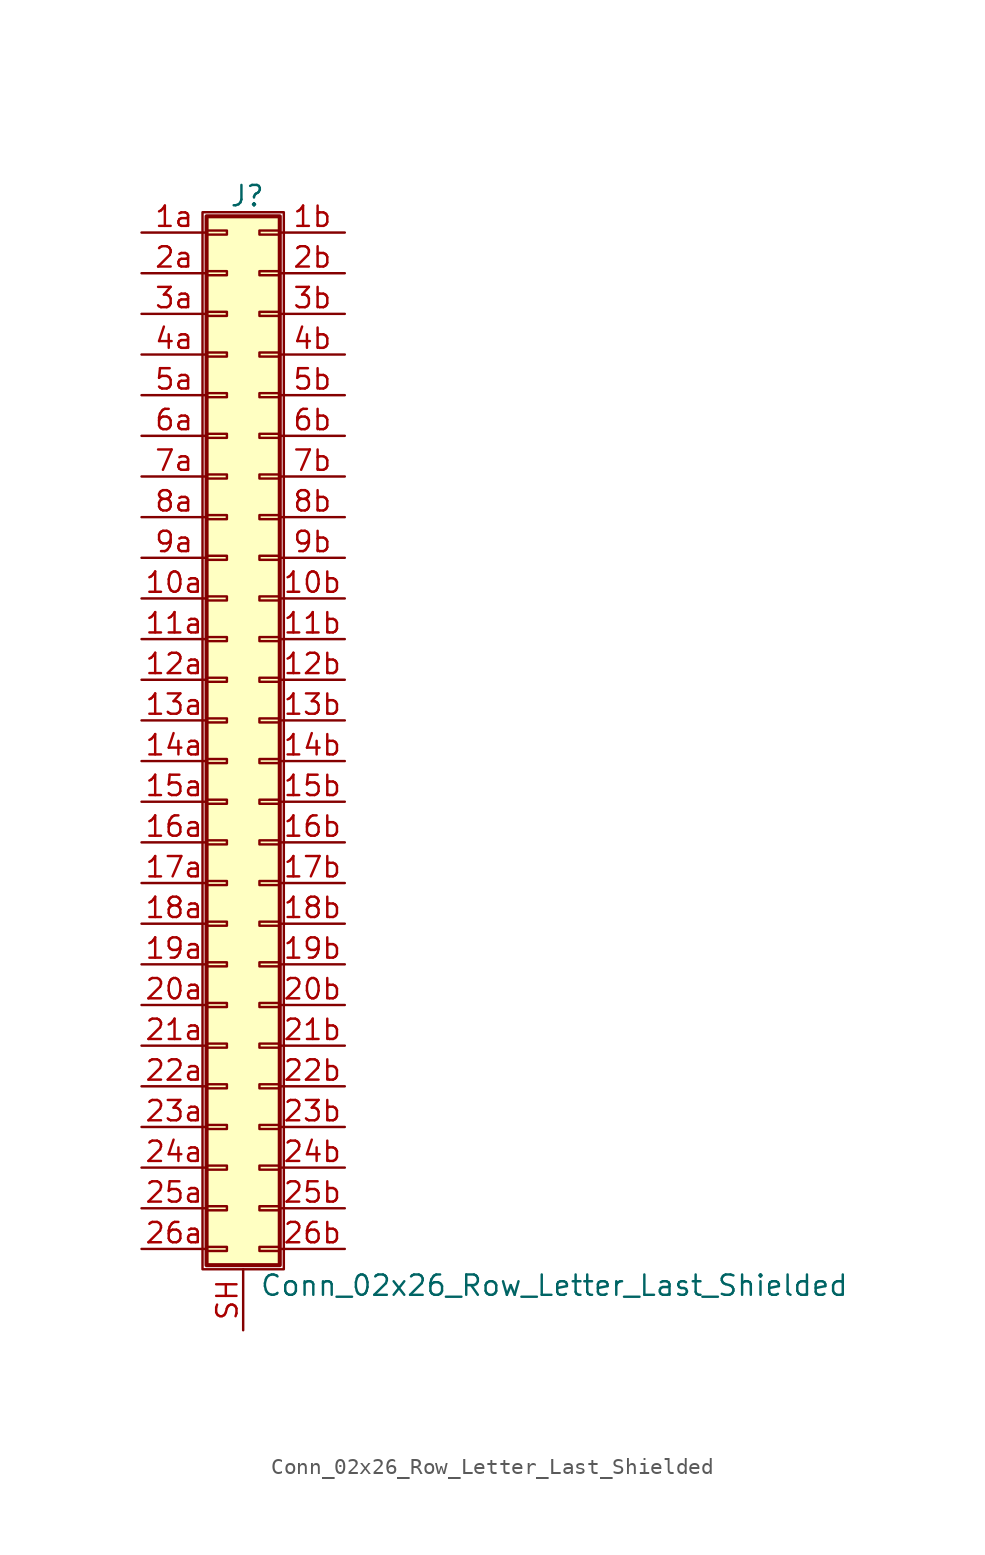
<source format=kicad_sym>
(kicad_symbol_lib
  (version 20201005)
  (generator kicad_symbol_editor)
  (symbol "Conn_02x26_Row_Letter_Last_Shielded"
    (pin_names
      (offset 1.016) hide)
    (property "Reference" "J"
      (at 1.524 32.766 0)
      (effects (font (size 1.27 1.27))))
    (property "Value" "Conn_02x26_Row_Letter_Last_Shielded"
      (at 2.286 -35.306 0)
      (effects (font (size 1.27 1.27)) (justify left)))
    (symbol "Conn_02x26_Row_Letter_Last_Shielded_1_1"
      (rectangle (start -1.27 31.75) (end 3.81 -34.29) (stroke (width 0.152)) (fill (type none)))
      (rectangle (start -1.016 -32.893) (end 0.254 -33.147) (stroke (width 0.152)) (fill (type none)))
      (rectangle (start -1.016 -30.353) (end 0.254 -30.607) (stroke (width 0.152)) (fill (type none)))
      (rectangle (start -1.016 -27.813) (end 0.254 -28.067) (stroke (width 0.152)) (fill (type none)))
      (rectangle (start -1.016 -25.273) (end 0.254 -25.527) (stroke (width 0.152)) (fill (type none)))
      (rectangle (start -1.016 -22.733) (end 0.254 -22.987) (stroke (width 0.152)) (fill (type none)))
      (rectangle (start -1.016 -20.193) (end 0.254 -20.447) (stroke (width 0.152)) (fill (type none)))
      (rectangle (start -1.016 -17.653) (end 0.254 -17.907) (stroke (width 0.152)) (fill (type none)))
      (rectangle (start -1.016 -15.113) (end 0.254 -15.367) (stroke (width 0.152)) (fill (type none)))
      (rectangle (start -1.016 -12.573) (end 0.254 -12.827) (stroke (width 0.152)) (fill (type none)))
      (rectangle (start -1.016 -10.033) (end 0.254 -10.287) (stroke (width 0.152)) (fill (type none)))
      (rectangle (start -1.016 -7.493) (end 0.254 -7.747) (stroke (width 0.152)) (fill (type none)))
      (rectangle (start -1.016 -4.953) (end 0.254 -5.207) (stroke (width 0.152)) (fill (type none)))
      (rectangle (start -1.016 -2.413) (end 0.254 -2.667) (stroke (width 0.152)) (fill (type none)))
      (rectangle (start -1.016 0.127) (end 0.254 -0.127) (stroke (width 0.152)) (fill (type none)))
      (rectangle (start -1.016 2.667) (end 0.254 2.413) (stroke (width 0.152)) (fill (type none)))
      (rectangle (start -1.016 5.207) (end 0.254 4.953) (stroke (width 0.152)) (fill (type none)))
      (rectangle (start -1.016 7.747) (end 0.254 7.493) (stroke (width 0.152)) (fill (type none)))
      (rectangle (start -1.016 10.287) (end 0.254 10.033) (stroke (width 0.152)) (fill (type none)))
      (rectangle (start -1.016 12.827) (end 0.254 12.573) (stroke (width 0.152)) (fill (type none)))
      (rectangle (start -1.016 15.367) (end 0.254 15.113) (stroke (width 0.152)) (fill (type none)))
      (rectangle (start -1.016 17.907) (end 0.254 17.653) (stroke (width 0.152)) (fill (type none)))
      (rectangle (start -1.016 20.447) (end 0.254 20.193) (stroke (width 0.152)) (fill (type none)))
      (rectangle (start -1.016 22.987) (end 0.254 22.733) (stroke (width 0.152)) (fill (type none)))
      (rectangle (start -1.016 25.527) (end 0.254 25.273) (stroke (width 0.152)) (fill (type none)))
      (rectangle (start -1.016 28.067) (end 0.254 27.813) (stroke (width 0.152)) (fill (type none)))
      (rectangle (start -1.016 30.607) (end 0.254 30.353) (stroke (width 0.152)) (fill (type none)))
      (rectangle (start -1.016 31.496) (end 3.556 -34.036) (stroke (width 0.254)) (fill (type background)))
      (rectangle (start 3.556 -32.893) (end 2.286 -33.147) (stroke (width 0.152)) (fill (type none)))
      (rectangle (start 3.556 -30.353) (end 2.286 -30.607) (stroke (width 0.152)) (fill (type none)))
      (rectangle (start 3.556 -27.813) (end 2.286 -28.067) (stroke (width 0.152)) (fill (type none)))
      (rectangle (start 3.556 -25.273) (end 2.286 -25.527) (stroke (width 0.152)) (fill (type none)))
      (rectangle (start 3.556 -22.733) (end 2.286 -22.987) (stroke (width 0.152)) (fill (type none)))
      (rectangle (start 3.556 -20.193) (end 2.286 -20.447) (stroke (width 0.152)) (fill (type none)))
      (rectangle (start 3.556 -17.653) (end 2.286 -17.907) (stroke (width 0.152)) (fill (type none)))
      (rectangle (start 3.556 -15.113) (end 2.286 -15.367) (stroke (width 0.152)) (fill (type none)))
      (rectangle (start 3.556 -12.573) (end 2.286 -12.827) (stroke (width 0.152)) (fill (type none)))
      (rectangle (start 3.556 -10.033) (end 2.286 -10.287) (stroke (width 0.152)) (fill (type none)))
      (rectangle (start 3.556 -7.493) (end 2.286 -7.747) (stroke (width 0.152)) (fill (type none)))
      (rectangle (start 3.556 -4.953) (end 2.286 -5.207) (stroke (width 0.152)) (fill (type none)))
      (rectangle (start 3.556 -2.413) (end 2.286 -2.667) (stroke (width 0.152)) (fill (type none)))
      (rectangle (start 3.556 0.127) (end 2.286 -0.127) (stroke (width 0.152)) (fill (type none)))
      (rectangle (start 3.556 2.667) (end 2.286 2.413) (stroke (width 0.152)) (fill (type none)))
      (rectangle (start 3.556 5.207) (end 2.286 4.953) (stroke (width 0.152)) (fill (type none)))
      (rectangle (start 3.556 7.747) (end 2.286 7.493) (stroke (width 0.152)) (fill (type none)))
      (rectangle (start 3.556 10.287) (end 2.286 10.033) (stroke (width 0.152)) (fill (type none)))
      (rectangle (start 3.556 12.827) (end 2.286 12.573) (stroke (width 0.152)) (fill (type none)))
      (rectangle (start 3.556 15.367) (end 2.286 15.113) (stroke (width 0.152)) (fill (type none)))
      (rectangle (start 3.556 17.907) (end 2.286 17.653) (stroke (width 0.152)) (fill (type none)))
      (rectangle (start 3.556 20.447) (end 2.286 20.193) (stroke (width 0.152)) (fill (type none)))
      (rectangle (start 3.556 22.987) (end 2.286 22.733) (stroke (width 0.152)) (fill (type none)))
      (rectangle (start 3.556 25.527) (end 2.286 25.273) (stroke (width 0.152)) (fill (type none)))
      (rectangle (start 3.556 28.067) (end 2.286 27.813) (stroke (width 0.152)) (fill (type none)))
      (rectangle (start 3.556 30.607) (end 2.286 30.353) (stroke (width 0.152)) (fill (type none)))
      (pin passive line (at -5.08 7.62 0) (length 4.064) (name "Pin_10a" (effects (font (size 1.27 1.27)))) (number "10a" (effects (font (size 1.27 1.27)))))
      (pin passive line (at 7.62 7.62 180) (length 4.064) (name "Pin_10b" (effects (font (size 1.27 1.27)))) (number "10b" (effects (font (size 1.27 1.27)))))
      (pin passive line (at -5.08 5.08 0) (length 4.064) (name "Pin_11a" (effects (font (size 1.27 1.27)))) (number "11a" (effects (font (size 1.27 1.27)))))
      (pin passive line (at 7.62 5.08 180) (length 4.064) (name "Pin_11b" (effects (font (size 1.27 1.27)))) (number "11b" (effects (font (size 1.27 1.27)))))
      (pin passive line (at -5.08 2.54 0) (length 4.064) (name "Pin_12a" (effects (font (size 1.27 1.27)))) (number "12a" (effects (font (size 1.27 1.27)))))
      (pin passive line (at 7.62 2.54 180) (length 4.064) (name "Pin_12b" (effects (font (size 1.27 1.27)))) (number "12b" (effects (font (size 1.27 1.27)))))
      (pin passive line (at -5.08 0 0) (length 4.064) (name "Pin_13a" (effects (font (size 1.27 1.27)))) (number "13a" (effects (font (size 1.27 1.27)))))
      (pin passive line (at 7.62 0 180) (length 4.064) (name "Pin_13b" (effects (font (size 1.27 1.27)))) (number "13b" (effects (font (size 1.27 1.27)))))
      (pin passive line (at -5.08 -2.54 0) (length 4.064) (name "Pin_14a" (effects (font (size 1.27 1.27)))) (number "14a" (effects (font (size 1.27 1.27)))))
      (pin passive line (at 7.62 -2.54 180) (length 4.064) (name "Pin_14b" (effects (font (size 1.27 1.27)))) (number "14b" (effects (font (size 1.27 1.27)))))
      (pin passive line (at -5.08 -5.08 0) (length 4.064) (name "Pin_15a" (effects (font (size 1.27 1.27)))) (number "15a" (effects (font (size 1.27 1.27)))))
      (pin passive line (at 7.62 -5.08 180) (length 4.064) (name "Pin_15b" (effects (font (size 1.27 1.27)))) (number "15b" (effects (font (size 1.27 1.27)))))
      (pin passive line (at -5.08 -7.62 0) (length 4.064) (name "Pin_16a" (effects (font (size 1.27 1.27)))) (number "16a" (effects (font (size 1.27 1.27)))))
      (pin passive line (at 7.62 -7.62 180) (length 4.064) (name "Pin_16b" (effects (font (size 1.27 1.27)))) (number "16b" (effects (font (size 1.27 1.27)))))
      (pin passive line (at -5.08 -10.16 0) (length 4.064) (name "Pin_17a" (effects (font (size 1.27 1.27)))) (number "17a" (effects (font (size 1.27 1.27)))))
      (pin passive line (at 7.62 -10.16 180) (length 4.064) (name "Pin_17b" (effects (font (size 1.27 1.27)))) (number "17b" (effects (font (size 1.27 1.27)))))
      (pin passive line (at -5.08 -12.7 0) (length 4.064) (name "Pin_18a" (effects (font (size 1.27 1.27)))) (number "18a" (effects (font (size 1.27 1.27)))))
      (pin passive line (at 7.62 -12.7 180) (length 4.064) (name "Pin_18b" (effects (font (size 1.27 1.27)))) (number "18b" (effects (font (size 1.27 1.27)))))
      (pin passive line (at -5.08 -15.24 0) (length 4.064) (name "Pin_19a" (effects (font (size 1.27 1.27)))) (number "19a" (effects (font (size 1.27 1.27)))))
      (pin passive line (at 7.62 -15.24 180) (length 4.064) (name "Pin_19b" (effects (font (size 1.27 1.27)))) (number "19b" (effects (font (size 1.27 1.27)))))
      (pin passive line (at -5.08 30.48 0) (length 4.064) (name "Pin_1a" (effects (font (size 1.27 1.27)))) (number "1a" (effects (font (size 1.27 1.27)))))
      (pin passive line (at 7.62 30.48 180) (length 4.064) (name "Pin_1b" (effects (font (size 1.27 1.27)))) (number "1b" (effects (font (size 1.27 1.27)))))
      (pin passive line (at -5.08 -17.78 0) (length 4.064) (name "Pin_20a" (effects (font (size 1.27 1.27)))) (number "20a" (effects (font (size 1.27 1.27)))))
      (pin passive line (at 7.62 -17.78 180) (length 4.064) (name "Pin_20b" (effects (font (size 1.27 1.27)))) (number "20b" (effects (font (size 1.27 1.27)))))
      (pin passive line (at -5.08 -20.32 0) (length 4.064) (name "Pin_21a" (effects (font (size 1.27 1.27)))) (number "21a" (effects (font (size 1.27 1.27)))))
      (pin passive line (at 7.62 -20.32 180) (length 4.064) (name "Pin_21b" (effects (font (size 1.27 1.27)))) (number "21b" (effects (font (size 1.27 1.27)))))
      (pin passive line (at -5.08 -22.86 0) (length 4.064) (name "Pin_22a" (effects (font (size 1.27 1.27)))) (number "22a" (effects (font (size 1.27 1.27)))))
      (pin passive line (at 7.62 -22.86 180) (length 4.064) (name "Pin_22b" (effects (font (size 1.27 1.27)))) (number "22b" (effects (font (size 1.27 1.27)))))
      (pin passive line (at -5.08 -25.4 0) (length 4.064) (name "Pin_23a" (effects (font (size 1.27 1.27)))) (number "23a" (effects (font (size 1.27 1.27)))))
      (pin passive line (at 7.62 -25.4 180) (length 4.064) (name "Pin_23b" (effects (font (size 1.27 1.27)))) (number "23b" (effects (font (size 1.27 1.27)))))
      (pin passive line (at -5.08 -27.94 0) (length 4.064) (name "Pin_24a" (effects (font (size 1.27 1.27)))) (number "24a" (effects (font (size 1.27 1.27)))))
      (pin passive line (at 7.62 -27.94 180) (length 4.064) (name "Pin_24b" (effects (font (size 1.27 1.27)))) (number "24b" (effects (font (size 1.27 1.27)))))
      (pin passive line (at -5.08 -30.48 0) (length 4.064) (name "Pin_25a" (effects (font (size 1.27 1.27)))) (number "25a" (effects (font (size 1.27 1.27)))))
      (pin passive line (at 7.62 -30.48 180) (length 4.064) (name "Pin_25b" (effects (font (size 1.27 1.27)))) (number "25b" (effects (font (size 1.27 1.27)))))
      (pin passive line (at -5.08 -33.02 0) (length 4.064) (name "Pin_26a" (effects (font (size 1.27 1.27)))) (number "26a" (effects (font (size 1.27 1.27)))))
      (pin passive line (at 7.62 -33.02 180) (length 4.064) (name "Pin_26b" (effects (font (size 1.27 1.27)))) (number "26b" (effects (font (size 1.27 1.27)))))
      (pin passive line (at -5.08 27.94 0) (length 4.064) (name "Pin_2a" (effects (font (size 1.27 1.27)))) (number "2a" (effects (font (size 1.27 1.27)))))
      (pin passive line (at 7.62 27.94 180) (length 4.064) (name "Pin_2b" (effects (font (size 1.27 1.27)))) (number "2b" (effects (font (size 1.27 1.27)))))
      (pin passive line (at -5.08 25.4 0) (length 4.064) (name "Pin_3a" (effects (font (size 1.27 1.27)))) (number "3a" (effects (font (size 1.27 1.27)))))
      (pin passive line (at 7.62 25.4 180) (length 4.064) (name "Pin_3b" (effects (font (size 1.27 1.27)))) (number "3b" (effects (font (size 1.27 1.27)))))
      (pin passive line (at -5.08 22.86 0) (length 4.064) (name "Pin_4a" (effects (font (size 1.27 1.27)))) (number "4a" (effects (font (size 1.27 1.27)))))
      (pin passive line (at 7.62 22.86 180) (length 4.064) (name "Pin_4b" (effects (font (size 1.27 1.27)))) (number "4b" (effects (font (size 1.27 1.27)))))
      (pin passive line (at -5.08 20.32 0) (length 4.064) (name "Pin_5a" (effects (font (size 1.27 1.27)))) (number "5a" (effects (font (size 1.27 1.27)))))
      (pin passive line (at 7.62 20.32 180) (length 4.064) (name "Pin_5b" (effects (font (size 1.27 1.27)))) (number "5b" (effects (font (size 1.27 1.27)))))
      (pin passive line (at -5.08 17.78 0) (length 4.064) (name "Pin_6a" (effects (font (size 1.27 1.27)))) (number "6a" (effects (font (size 1.27 1.27)))))
      (pin passive line (at 7.62 17.78 180) (length 4.064) (name "Pin_6b" (effects (font (size 1.27 1.27)))) (number "6b" (effects (font (size 1.27 1.27)))))
      (pin passive line (at -5.08 15.24 0) (length 4.064) (name "Pin_7a" (effects (font (size 1.27 1.27)))) (number "7a" (effects (font (size 1.27 1.27)))))
      (pin passive line (at 7.62 15.24 180) (length 4.064) (name "Pin_7b" (effects (font (size 1.27 1.27)))) (number "7b" (effects (font (size 1.27 1.27)))))
      (pin passive line (at -5.08 12.7 0) (length 4.064) (name "Pin_8a" (effects (font (size 1.27 1.27)))) (number "8a" (effects (font (size 1.27 1.27)))))
      (pin passive line (at 7.62 12.7 180) (length 4.064) (name "Pin_8b" (effects (font (size 1.27 1.27)))) (number "8b" (effects (font (size 1.27 1.27)))))
      (pin passive line (at -5.08 10.16 0) (length 4.064) (name "Pin_9a" (effects (font (size 1.27 1.27)))) (number "9a" (effects (font (size 1.27 1.27)))))
      (pin passive line (at 7.62 10.16 180) (length 4.064) (name "Pin_9b" (effects (font (size 1.27 1.27)))) (number "9b" (effects (font (size 1.27 1.27)))))
      (pin passive line (at 1.27 -38.1 90) (length 3.81) (name "Shield" (effects (font (size 1.27 1.27)))) (number "SH" (effects (font (size 1.27 1.27))))))))
</source>
